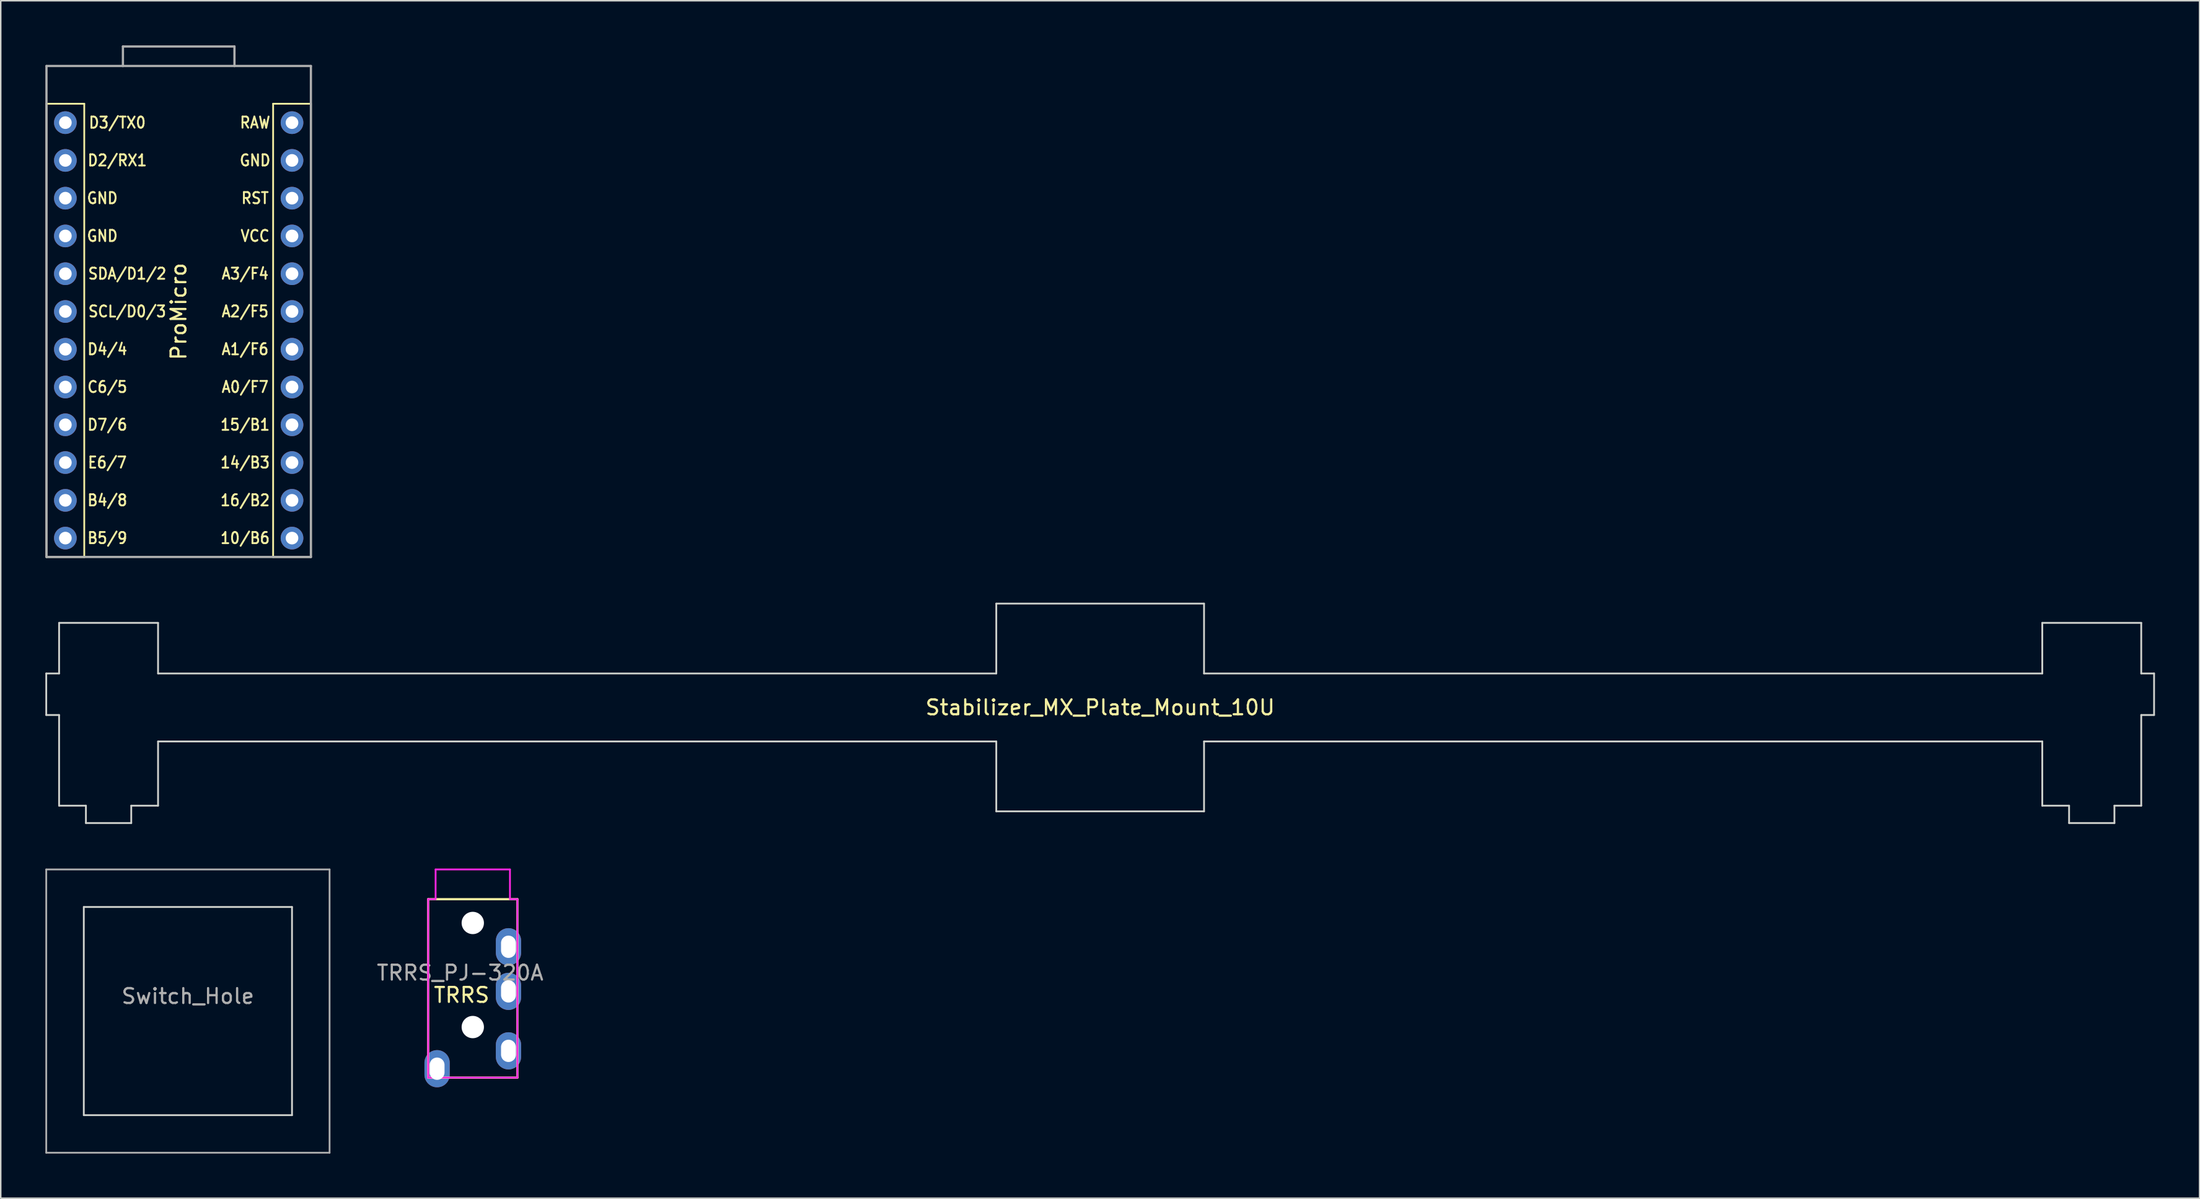
<source format=kicad_pcb>
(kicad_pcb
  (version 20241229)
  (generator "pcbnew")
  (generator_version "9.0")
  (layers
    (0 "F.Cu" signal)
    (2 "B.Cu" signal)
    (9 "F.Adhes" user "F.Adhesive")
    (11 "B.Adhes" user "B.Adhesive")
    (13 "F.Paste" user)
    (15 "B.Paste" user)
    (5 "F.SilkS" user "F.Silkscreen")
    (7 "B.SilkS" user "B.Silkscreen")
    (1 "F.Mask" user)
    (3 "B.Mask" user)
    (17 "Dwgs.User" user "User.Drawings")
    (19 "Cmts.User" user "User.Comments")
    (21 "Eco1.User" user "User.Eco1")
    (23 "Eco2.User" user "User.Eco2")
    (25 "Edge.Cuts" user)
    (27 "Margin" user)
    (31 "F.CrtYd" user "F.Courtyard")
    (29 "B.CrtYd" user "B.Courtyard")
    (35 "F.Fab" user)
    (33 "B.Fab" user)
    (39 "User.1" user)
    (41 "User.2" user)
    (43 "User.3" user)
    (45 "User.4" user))
  (footprint "TRRS_PJ-320A"
    (layer "F.Cu")
    (at 28.74 57.419)
    (property "Reference" "TRRS_PJ-320A" (at -0.85 4.95 0) (layer "F.Fab") (effects (font (size 1 1) (thickness 0.15))))
    (attr through_hole)
    (fp_line (start -3 0) (end 3 0) (stroke (width 0.15) (type solid)) (layer "F.SilkS"))
    (fp_line (start -3 12) (end -3 0) (stroke (width 0.15) (type solid)) (layer "F.SilkS"))
    (fp_line (start 3 0) (end 3 12) (stroke (width 0.15) (type solid)) (layer "F.SilkS"))
    (fp_line (start 3 12) (end -3 12) (stroke (width 0.15) (type solid)) (layer "F.SilkS"))
    (fp_line (start -3 0) (end -2.5 0) (stroke (width 0.12) (type solid)) (layer "F.CrtYd"))
    (fp_line (start -3 12) (end -3 0) (stroke (width 0.12) (type solid)) (layer "F.CrtYd"))
    (fp_line (start -2.5 -2) (end 2.5 -2) (stroke (width 0.12) (type solid)) (layer "F.CrtYd"))
    (fp_line (start -2.5 0) (end -2.5 -2) (stroke (width 0.12) (type solid)) (layer "F.CrtYd"))
    (fp_line (start 2.5 -2) (end 2.5 0) (stroke (width 0.12) (type solid)) (layer "F.CrtYd"))
    (fp_line (start 2.5 0) (end 3 0) (stroke (width 0.12) (type solid)) (layer "F.CrtYd"))
    (fp_line (start 3 0) (end 3 12) (stroke (width 0.12) (type solid)) (layer "F.CrtYd"))
    (fp_line (start 3 12) (end -3 12) (stroke (width 0.12) (type solid)) (layer "F.CrtYd"))
    (fp_text user "TRRS" (at -0.75 6.45 0) (layer "F.SilkS") (effects (font (size 1 1) (thickness 0.15))))
    (pad "" np_thru_hole circle (at 0 1.6) (size 1.5 1.5) (drill 1.5) (layers "*.Cu" "*.Mask"))
    (pad "" np_thru_hole circle (at 0 8.6) (size 1.5 1.5) (drill 1.5) (layers "*.Cu" "*.Mask"))
    (pad "A" thru_hole oval (at -2.4 11.4) (size 1.7 2.5) (drill oval 1 1.5) (layers "*.Cu" "*.Mask"))
    (pad "B" thru_hole oval (at 2.4 3.2) (size 1.7 2.5) (drill oval 1 1.5) (layers "*.Cu" "*.Mask"))
    (pad "C" thru_hole oval (at 2.4 6.2) (size 1.7 2.5) (drill oval 1 1.5) (layers "*.Cu" "*.Mask"))
    (pad "D" thru_hole oval (at 2.4 10.2) (size 1.7 2.5) (drill oval 1 1.5) (layers "*.Cu" "*.Mask")))
  (footprint "ProMicro"
    (layer "F.Cu")
    (at 8.965 17.897)
    (property "Reference" "ProMicro" (at 0 0 270) (layer "F.SilkS") (effects (font (size 1 1) (thickness 0.15))))
    (attr through_hole)
    (fp_line (start -8.89 -13.97) (end -6.35 -13.97) (stroke (width 0.12) (type solid)) (layer "F.SilkS"))
    (fp_line (start -8.89 16.51) (end -8.89 -13.97) (stroke (width 0.12) (type solid)) (layer "F.SilkS"))
    (fp_line (start -6.35 -13.97) (end -6.35 16.51) (stroke (width 0.12) (type solid)) (layer "F.SilkS"))
    (fp_line (start -6.35 16.51) (end -8.89 16.51) (stroke (width 0.12) (type solid)) (layer "F.SilkS"))
    (fp_line (start 6.35 -13.97) (end 6.35 16.51) (stroke (width 0.12) (type solid)) (layer "F.SilkS"))
    (fp_line (start 6.35 16.51) (end 8.89 16.51) (stroke (width 0.12) (type solid)) (layer "F.SilkS"))
    (fp_line (start 8.89 -13.97) (end 6.35 -13.97) (stroke (width 0.12) (type solid)) (layer "F.SilkS"))
    (fp_line (start 8.89 16.51) (end 8.89 -13.97) (stroke (width 0.12) (type solid)) (layer "F.SilkS"))
    (fp_line (start -8.89 -16.51) (end -3.75 -16.51) (stroke (width 0.15) (type solid)) (layer "F.Fab"))
    (fp_line (start -8.89 16.51) (end -8.89 -16.51) (stroke (width 0.15) (type solid)) (layer "F.Fab"))
    (fp_line (start -3.75 -17.822) (end -3.75 -16.51) (stroke (width 0.15) (type solid)) (layer "F.Fab"))
    (fp_line (start -3.75 -17.822) (end 3.75 -17.822) (stroke (width 0.15) (type solid)) (layer "F.Fab"))
    (fp_line (start -3.75 -16.51) (end 3.75 -16.51) (stroke (width 0.15) (type solid)) (layer "F.Fab"))
    (fp_line (start 3.75 -17.822) (end 3.75 -16.51) (stroke (width 0.15) (type solid)) (layer "F.Fab"))
    (fp_line (start 3.75 -16.51) (end 8.89 -16.51) (stroke (width 0.15) (type solid)) (layer "F.Fab"))
    (fp_line (start 8.89 -16.51) (end 8.89 16.51) (stroke (width 0.15) (type solid)) (layer "F.Fab"))
    (fp_line (start 8.89 16.51) (end -8.89 16.51) (stroke (width 0.15) (type solid)) (layer "F.Fab"))
    (fp_text user "D3/TX0" (at -4.129 -12.7 0) (layer "F.SilkS") (effects (font (size 0.75 0.67) (thickness 0.125))))
    (fp_text user "SDA/D1/2" (at -3.459 -2.54 0) (layer "F.SilkS") (effects (font (size 0.75 0.67) (thickness 0.125))))
    (fp_text user "RST" (at 5.136 -7.62 0) (layer "F.SilkS") (effects (font (size 0.75 0.67) (thickness 0.125))))
    (fp_text user "GND" (at 5.136 -10.16 0) (layer "F.SilkS") (effects (font (size 0.75 0.67) (thickness 0.125))))
    (fp_text user "E6/7" (at -4.799 10.16 0) (layer "F.SilkS") (effects (font (size 0.75 0.67) (thickness 0.125))))
    (fp_text user "GND" (at -5.134 -7.62 0) (layer "F.SilkS") (effects (font (size 0.75 0.67) (thickness 0.125))))
    (fp_text user "14/B3" (at 4.466 10.16 0) (layer "F.SilkS") (effects (font (size 0.75 0.67) (thickness 0.125))))
    (fp_text user "15/B1" (at 4.466 7.62 0) (layer "F.SilkS") (effects (font (size 0.75 0.67) (thickness 0.125))))
    (fp_text user "D7/6" (at -4.799 7.62 0) (layer "F.SilkS") (effects (font (size 0.75 0.67) (thickness 0.125))))
    (fp_text user "D2/RX1" (at -4.129 -10.16 0) (layer "F.SilkS") (effects (font (size 0.75 0.67) (thickness 0.125))))
    (fp_text user "B5/9" (at -4.799 15.24 0) (layer "F.SilkS") (effects (font (size 0.75 0.67) (thickness 0.125))))
    (fp_text user "RAW" (at 5.136 -12.7 0) (layer "F.SilkS") (effects (font (size 0.75 0.67) (thickness 0.125))))
    (fp_text user "16/B2" (at 4.466 12.7 0) (layer "F.SilkS") (effects (font (size 0.75 0.67) (thickness 0.125))))
    (fp_text user "A2/F5" (at 4.466 0 0) (layer "F.SilkS") (effects (font (size 0.75 0.67) (thickness 0.125))))
    (fp_text user "D4/4" (at -4.799 2.54 0) (layer "F.SilkS") (effects (font (size 0.75 0.67) (thickness 0.125))))
    (fp_text user "VCC" (at 5.136 -5.08 0) (layer "F.SilkS") (effects (font (size 0.75 0.67) (thickness 0.125))))
    (fp_text user "GND" (at -5.134 -5.08 0) (layer "F.SilkS") (effects (font (size 0.75 0.67) (thickness 0.125))))
    (fp_text user "10/B6" (at 4.466 15.24 0) (layer "F.SilkS") (effects (font (size 0.75 0.67) (thickness 0.125))))
    (fp_text user "A3/F4" (at 4.466 -2.54 0) (layer "F.SilkS") (effects (font (size 0.75 0.67) (thickness 0.125))))
    (fp_text user "A1/F6" (at 4.466 2.54 0) (layer "F.SilkS") (effects (font (size 0.75 0.67) (thickness 0.125))))
    (fp_text user "A0/F7" (at 4.466 5.08 0) (layer "F.SilkS") (effects (font (size 0.75 0.67) (thickness 0.125))))
    (fp_text user "C6/5" (at -4.799 5.08 0) (layer "F.SilkS") (effects (font (size 0.75 0.67) (thickness 0.125))))
    (fp_text user "SCL/D0/3" (at -3.459 0 0) (layer "F.SilkS") (effects (font (size 0.75 0.67) (thickness 0.125))))
    (fp_text user "B4/8" (at -4.799 12.7 0) (layer "F.SilkS") (effects (font (size 0.75 0.67) (thickness 0.125))))
    (pad "1" thru_hole circle (at -7.62 -12.7) (size 1.524 1.524) (drill 0.85) (layers "*.Cu" "*.Mask"))
    (pad "2" thru_hole circle (at -7.62 -10.16) (size 1.524 1.524) (drill 0.85) (layers "*.Cu" "*.Mask"))
    (pad "3" thru_hole circle (at -7.62 -7.62) (size 1.524 1.524) (drill 0.85) (layers "*.Cu" "*.Mask"))
    (pad "4" thru_hole circle (at -7.62 -5.08) (size 1.524 1.524) (drill 0.85) (layers "*.Cu" "*.Mask"))
    (pad "5" thru_hole circle (at -7.62 -2.54) (size 1.524 1.524) (drill 0.85) (layers "*.Cu" "*.Mask"))
    (pad "6" thru_hole circle (at -7.62 0) (size 1.524 1.524) (drill 0.85) (layers "*.Cu" "*.Mask"))
    (pad "7" thru_hole circle (at -7.62 2.54) (size 1.524 1.524) (drill 0.85) (layers "*.Cu" "*.Mask"))
    (pad "8" thru_hole circle (at -7.62 5.08) (size 1.524 1.524) (drill 0.85) (layers "*.Cu" "*.Mask"))
    (pad "9" thru_hole circle (at -7.62 7.62) (size 1.524 1.524) (drill 0.85) (layers "*.Cu" "*.Mask"))
    (pad "10" thru_hole circle (at -7.62 10.16) (size 1.524 1.524) (drill 0.85) (layers "*.Cu" "*.Mask"))
    (pad "11" thru_hole circle (at -7.62 12.7) (size 1.524 1.524) (drill 0.85) (layers "*.Cu" "*.Mask"))
    (pad "12" thru_hole circle (at -7.62 15.24) (size 1.524 1.524) (drill 0.85) (layers "*.Cu" "*.Mask"))
    (pad "13" thru_hole circle (at 7.62 15.24) (size 1.524 1.524) (drill 0.85) (layers "*.Cu" "*.Mask"))
    (pad "14" thru_hole circle (at 7.62 12.7) (size 1.524 1.524) (drill 0.85) (layers "*.Cu" "*.Mask"))
    (pad "15" thru_hole circle (at 7.62 10.16) (size 1.524 1.524) (drill 0.85) (layers "*.Cu" "*.Mask"))
    (pad "16" thru_hole circle (at 7.62 7.62) (size 1.524 1.524) (drill 0.85) (layers "*.Cu" "*.Mask"))
    (pad "17" thru_hole circle (at 7.62 5.08) (size 1.524 1.524) (drill 0.85) (layers "*.Cu" "*.Mask"))
    (pad "18" thru_hole circle (at 7.62 2.54) (size 1.524 1.524) (drill 0.85) (layers "*.Cu" "*.Mask"))
    (pad "19" thru_hole circle (at 7.62 0) (size 1.524 1.524) (drill 0.85) (layers "*.Cu" "*.Mask"))
    (pad "20" thru_hole circle (at 7.62 -2.54) (size 1.524 1.524) (drill 0.85) (layers "*.Cu" "*.Mask"))
    (pad "21" thru_hole circle (at 7.62 -5.08) (size 1.524 1.524) (drill 0.85) (layers "*.Cu" "*.Mask"))
    (pad "22" thru_hole circle (at 7.62 -7.62) (size 1.524 1.524) (drill 0.85) (layers "*.Cu" "*.Mask"))
    (pad "23" thru_hole circle (at 7.62 -10.16) (size 1.524 1.524) (drill 0.85) (layers "*.Cu" "*.Mask"))
    (pad "24" thru_hole circle (at 7.62 -12.7) (size 1.524 1.524) (drill 0.85) (layers "*.Cu" "*.Mask")))
  (footprint "Stabilizer_MX_Plate_Mount_10U"
    (layer "F.Cu")
    (at 70.926 44.527)
    (property "Reference" "Stabilizer_MX_Plate_Mount_10U" (at 0 0 0) (layer "F.SilkS") (effects (font (size 1 1) (thickness 0.15))))
    (attr through_hole)
    (fp_line (start -70.866 -2.286) (end -70.866 0.508) (stroke (width 0.12) (type solid)) (layer "Edge.Cuts"))
    (fp_line (start -70.866 0.508) (end -70.002 0.508) (stroke (width 0.12) (type solid)) (layer "Edge.Cuts"))
    (fp_line (start -70.002 -5.69) (end -70.002 -2.286) (stroke (width 0.12) (type solid)) (layer "Edge.Cuts"))
    (fp_line (start -70.002 -2.286) (end -70.866 -2.286) (stroke (width 0.12) (type solid)) (layer "Edge.Cuts"))
    (fp_line (start -70.002 0.508) (end -70.002 6.604) (stroke (width 0.12) (type solid)) (layer "Edge.Cuts"))
    (fp_line (start -70.002 6.604) (end -68.199 6.604) (stroke (width 0.12) (type solid)) (layer "Edge.Cuts"))
    (fp_line (start -68.199 6.604) (end -68.199 7.772) (stroke (width 0.12) (type solid)) (layer "Edge.Cuts"))
    (fp_line (start -68.199 7.772) (end -65.151 7.772) (stroke (width 0.12) (type solid)) (layer "Edge.Cuts"))
    (fp_line (start -65.151 6.604) (end -63.348 6.604) (stroke (width 0.12) (type solid)) (layer "Edge.Cuts"))
    (fp_line (start -65.151 7.772) (end -65.151 6.604) (stroke (width 0.12) (type solid)) (layer "Edge.Cuts"))
    (fp_line (start -63.348 -5.69) (end -70.002 -5.69) (stroke (width 0.12) (type solid)) (layer "Edge.Cuts"))
    (fp_line (start -63.348 -2.286) (end -63.348 -5.69) (stroke (width 0.12) (type solid)) (layer "Edge.Cuts"))
    (fp_line (start -63.348 2.286) (end -6.985 2.286) (stroke (width 0.12) (type solid)) (layer "Edge.Cuts"))
    (fp_line (start -63.348 6.604) (end -63.348 2.286) (stroke (width 0.12) (type solid)) (layer "Edge.Cuts"))
    (fp_line (start -6.985 -6.985) (end -6.985 -2.286) (stroke (width 0.12) (type solid)) (layer "Edge.Cuts"))
    (fp_line (start -6.985 -6.985) (end 6.985 -6.985) (stroke (width 0.12) (type solid)) (layer "Edge.Cuts"))
    (fp_line (start -6.985 -2.286) (end -63.348 -2.286) (stroke (width 0.12) (type solid)) (layer "Edge.Cuts"))
    (fp_line (start -6.985 2.286) (end -6.985 6.985) (stroke (width 0.12) (type solid)) (layer "Edge.Cuts"))
    (fp_line (start -6.985 6.985) (end 6.985 6.985) (stroke (width 0.12) (type solid)) (layer "Edge.Cuts"))
    (fp_line (start 6.985 -6.985) (end 6.985 -2.286) (stroke (width 0.12) (type solid)) (layer "Edge.Cuts"))
    (fp_line (start 6.985 -2.286) (end 63.348 -2.286) (stroke (width 0.12) (type solid)) (layer "Edge.Cuts"))
    (fp_line (start 6.985 2.286) (end 6.985 6.985) (stroke (width 0.12) (type solid)) (layer "Edge.Cuts"))
    (fp_line (start 63.348 -5.69) (end 70.002 -5.69) (stroke (width 0.12) (type solid)) (layer "Edge.Cuts"))
    (fp_line (start 63.348 -2.286) (end 63.348 -5.69) (stroke (width 0.12) (type solid)) (layer "Edge.Cuts"))
    (fp_line (start 63.348 2.286) (end 6.985 2.286) (stroke (width 0.12) (type solid)) (layer "Edge.Cuts"))
    (fp_line (start 63.348 6.604) (end 63.348 2.286) (stroke (width 0.12) (type solid)) (layer "Edge.Cuts"))
    (fp_line (start 65.151 6.604) (end 63.348 6.604) (stroke (width 0.12) (type solid)) (layer "Edge.Cuts"))
    (fp_line (start 65.151 7.772) (end 65.151 6.604) (stroke (width 0.12) (type solid)) (layer "Edge.Cuts"))
    (fp_line (start 68.199 6.604) (end 68.199 7.772) (stroke (width 0.12) (type solid)) (layer "Edge.Cuts"))
    (fp_line (start 68.199 7.772) (end 65.151 7.772) (stroke (width 0.12) (type solid)) (layer "Edge.Cuts"))
    (fp_line (start 70.002 -5.69) (end 70.002 -2.286) (stroke (width 0.12) (type solid)) (layer "Edge.Cuts"))
    (fp_line (start 70.002 -2.286) (end 70.866 -2.286) (stroke (width 0.12) (type solid)) (layer "Edge.Cuts"))
    (fp_line (start 70.002 0.508) (end 70.002 6.604) (stroke (width 0.12) (type solid)) (layer "Edge.Cuts"))
    (fp_line (start 70.002 6.604) (end 68.199 6.604) (stroke (width 0.12) (type solid)) (layer "Edge.Cuts"))
    (fp_line (start 70.866 -2.286) (end 70.866 0.508) (stroke (width 0.12) (type solid)) (layer "Edge.Cuts"))
    (fp_line (start 70.866 0.508) (end 70.002 0.508) (stroke (width 0.12) (type solid)) (layer "Edge.Cuts")))
  (footprint "Switch_Hole"
    (layer "F.Cu")
    (at 9.585 64.944)
    (property "Reference" "Switch_Hole" (at 0 -1 0) (layer "F.Fab") (effects (font (size 1 1) (thickness 0.15))))
    (attr through_hole)
    (fp_line (start -7 -7) (end -7 7) (stroke (width 0.12) (type solid)) (layer "Edge.Cuts"))
    (fp_line (start -7 7) (end 7 7) (stroke (width 0.12) (type solid)) (layer "Edge.Cuts"))
    (fp_line (start 7 -7) (end -7 -7) (stroke (width 0.12) (type solid)) (layer "Edge.Cuts"))
    (fp_line (start 7 7) (end 7 -7) (stroke (width 0.12) (type solid)) (layer "Edge.Cuts"))
    (fp_line (start -9.525 -9.525) (end -9.525 9.525) (stroke (width 0.12) (type solid)) (layer "F.Fab"))
    (fp_line (start -9.525 9.525) (end 9.525 9.525) (stroke (width 0.12) (type solid)) (layer "F.Fab"))
    (fp_line (start 9.525 -9.525) (end -9.525 -9.525) (stroke (width 0.12) (type solid)) (layer "F.Fab"))
    (fp_line (start 9.525 9.525) (end 9.525 -9.525) (stroke (width 0.12) (type solid)) (layer "F.Fab")))
  (gr_rect
    (start -3 -3)
    (end 144.852 77.529)
    (stroke (width 0.1) (type default))
    (fill no)
    (layer "Edge.Cuts")))
</source>
